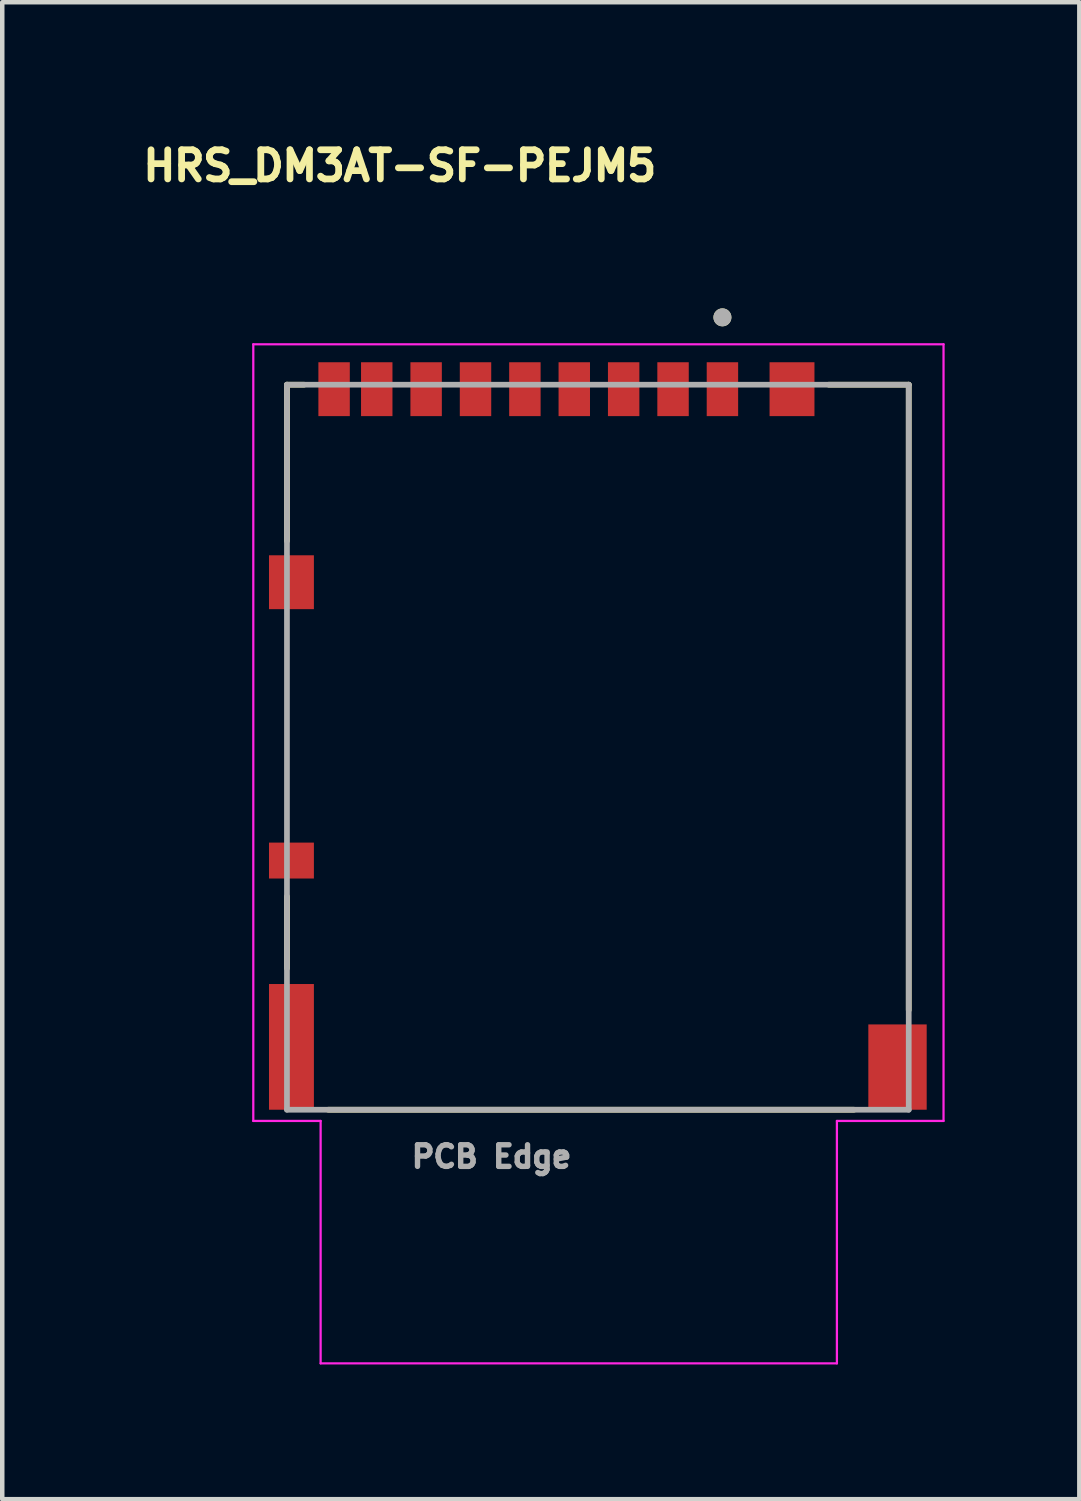
<source format=kicad_pcb>
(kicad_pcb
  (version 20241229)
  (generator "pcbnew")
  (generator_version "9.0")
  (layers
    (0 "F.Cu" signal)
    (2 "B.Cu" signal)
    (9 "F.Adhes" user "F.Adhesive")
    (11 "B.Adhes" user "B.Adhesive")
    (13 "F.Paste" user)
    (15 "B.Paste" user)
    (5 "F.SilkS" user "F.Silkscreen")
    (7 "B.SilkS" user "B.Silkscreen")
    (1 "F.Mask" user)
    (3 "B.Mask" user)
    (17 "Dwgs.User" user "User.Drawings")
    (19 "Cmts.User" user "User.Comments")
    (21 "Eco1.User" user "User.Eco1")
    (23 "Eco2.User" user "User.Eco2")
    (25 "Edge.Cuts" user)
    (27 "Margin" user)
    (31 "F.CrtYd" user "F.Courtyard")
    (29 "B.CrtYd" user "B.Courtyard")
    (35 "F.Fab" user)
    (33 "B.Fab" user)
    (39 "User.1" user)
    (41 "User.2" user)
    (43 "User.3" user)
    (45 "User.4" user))
  (footprint "HRS_DM3AT-SF-PEJM5"
    (layer "F.Cu")
    (at 10.267 13.594)
    (property "Reference" "HRS_DM3AT-SF-PEJM5" (at -4.412 -12.951 0) (layer "F.SilkS") (effects (font (size 0.65 0.65) (thickness 0.15))))
    (attr smd)
    (fp_line (start -6.925 -8.075) (end -6.545 -8.075) (stroke (width 0.127) (type solid)) (layer "F.SilkS"))
    (fp_line (start -6.925 -4.595) (end -6.925 -8.075) (stroke (width 0.127) (type solid)) (layer "F.SilkS"))
    (fp_line (start -6.925 4.925) (end -6.925 3.325) (stroke (width 0.127) (type solid)) (layer "F.SilkS"))
    (fp_line (start -6.005 8.075) (end 5.705 8.075) (stroke (width 0.127) (type solid)) (layer "F.SilkS"))
    (fp_line (start 5.145 -8.075) (end 6.925 -8.075) (stroke (width 0.127) (type solid)) (layer "F.SilkS"))
    (fp_line (start 6.925 -8.075) (end 6.925 5.855) (stroke (width 0.127) (type solid)) (layer "F.SilkS"))
    (fp_circle (center 2.775 -9.575) (end 2.875 -9.575) (stroke (width 0.2) (type solid)) (fill no) (layer "F.SilkS"))
    (fp_line (start -7.675 -8.975) (end 7.7 -8.975) (stroke (width 0.05) (type solid)) (layer "F.CrtYd"))
    (fp_line (start -7.675 8.325) (end -7.675 -8.975) (stroke (width 0.05) (type solid)) (layer "F.CrtYd"))
    (fp_line (start -6.175 8.325) (end -7.675 8.325) (stroke (width 0.05) (type solid)) (layer "F.CrtYd"))
    (fp_line (start -6.175 13.725) (end -6.175 8.325) (stroke (width 0.05) (type solid)) (layer "F.CrtYd"))
    (fp_line (start 5.325 8.325) (end 5.325 13.725) (stroke (width 0.05) (type solid)) (layer "F.CrtYd"))
    (fp_line (start 5.325 13.725) (end -6.175 13.725) (stroke (width 0.05) (type solid)) (layer "F.CrtYd"))
    (fp_line (start 7.7 -8.975) (end 7.7 8.325) (stroke (width 0.05) (type solid)) (layer "F.CrtYd"))
    (fp_line (start 7.7 8.325) (end 5.325 8.325) (stroke (width 0.05) (type solid)) (layer "F.CrtYd"))
    (fp_line (start -6.925 -8.075) (end 6.925 -8.075) (stroke (width 0.127) (type solid)) (layer "F.Fab"))
    (fp_line (start -6.925 8.075) (end -6.925 -8.075) (stroke (width 0.127) (type solid)) (layer "F.Fab"))
    (fp_line (start 6.925 -8.075) (end 6.925 8.075) (stroke (width 0.127) (type solid)) (layer "F.Fab"))
    (fp_line (start 6.925 8.075) (end -6.925 8.075) (stroke (width 0.127) (type solid)) (layer "F.Fab"))
    (fp_circle (center 2.775 -9.575) (end 2.875 -9.575) (stroke (width 0.2) (type solid)) (fill no) (layer "F.Fab"))
    (fp_text user "PCB Edge" (at -2.368 9.12 0) (layer "F.Fab") (effects (font (size 0.481 0.481) (thickness 0.15))))
    (pad "1" smd rect (at 2.775 -7.975) (size 0.7 1.2) (layers "F.Cu" "F.Mask" "F.Paste"))
    (pad "2" smd rect (at 1.675 -7.975) (size 0.7 1.2) (layers "F.Cu" "F.Mask" "F.Paste"))
    (pad "3" smd rect (at 0.575 -7.975) (size 0.7 1.2) (layers "F.Cu" "F.Mask" "F.Paste"))
    (pad "4" smd rect (at -0.525 -7.975) (size 0.7 1.2) (layers "F.Cu" "F.Mask" "F.Paste"))
    (pad "5" smd rect (at -1.625 -7.975) (size 0.7 1.2) (layers "F.Cu" "F.Mask" "F.Paste"))
    (pad "6" smd rect (at -2.725 -7.975) (size 0.7 1.2) (layers "F.Cu" "F.Mask" "F.Paste"))
    (pad "7" smd rect (at -3.825 -7.975) (size 0.7 1.2) (layers "F.Cu" "F.Mask" "F.Paste"))
    (pad "8" smd rect (at -4.925 -7.975) (size 0.7 1.2) (layers "F.Cu" "F.Mask" "F.Paste"))
    (pad "P1" smd rect (at -6.825 -3.675) (size 1 1.2) (layers "F.Cu" "F.Mask" "F.Paste"))
    (pad "P2" smd rect (at -6.825 6.675) (size 1 2.8) (layers "F.Cu" "F.Mask" "F.Paste"))
    (pad "P3" smd rect (at 6.675 7.125) (size 1.3 1.9) (layers "F.Cu" "F.Mask" "F.Paste"))
    (pad "P4" smd rect (at 4.325 -7.975) (size 1 1.2) (layers "F.Cu" "F.Mask" "F.Paste"))
    (pad "SWA" smd rect (at -6.825 2.525) (size 1 0.8) (layers "F.Cu" "F.Mask" "F.Paste"))
    (pad "SWB" smd rect (at -5.875 -7.975) (size 0.7 1.2) (layers "F.Cu" "F.Mask" "F.Paste"))
    (zone (net_name "") (layer "F.Cu") (hatch full 0.508) (connect_pads) (min_thickness 0.01) (filled_areas_thickness no) (keepout (tracks not_allowed) (vias not_allowed) (pads not_allowed) (copperpour not_allowed) (footprints allowed)) (placement (enabled no)) (fill) (polygon (pts (xy 3.042 6.069) (xy 3.792 6.069) (xy 3.792 9.319) (xy 3.042 9.319))))
    (zone (net_name "") (layer "F.Cu") (hatch full 0.508) (connect_pads) (min_thickness 0.01) (filled_areas_thickness no) (keepout (tracks not_allowed) (vias not_allowed) (pads not_allowed) (copperpour not_allowed) (footprints allowed)) (placement (enabled no)) (fill) (polygon (pts (xy 3.042 10.519) (xy 3.792 10.519) (xy 3.792 14.119) (xy 3.042 14.119))))
    (zone (net_name "") (layer "F.Cu") (hatch full 0.508) (connect_pads) (min_thickness 0.01) (filled_areas_thickness no) (keepout (tracks not_allowed) (vias not_allowed) (pads not_allowed) (copperpour not_allowed) (footprints allowed)) (placement (enabled no)) (fill) (polygon (pts (xy 4.142 11.919) (xy 4.842 11.919) (xy 4.842 19.519) (xy 4.142 19.519))))
    (zone (net_name "") (layer "F.Cu") (hatch full 0.508) (connect_pads) (min_thickness 0.01) (filled_areas_thickness no) (keepout (tracks not_allowed) (vias not_allowed) (pads not_allowed) (copperpour not_allowed) (footprints allowed)) (placement (enabled no)) (fill) (polygon (pts (xy 4.842 10.619) (xy 13.542 10.619) (xy 13.542 12.219) (xy 4.842 12.219))))
    (zone (net_name "") (layer "F.Cu") (hatch full 0.508) (connect_pads) (min_thickness 0.01) (filled_areas_thickness no) (keepout (tracks not_allowed) (vias not_allowed) (pads not_allowed) (copperpour not_allowed) (footprints allowed)) (placement (enabled no)) (fill) (polygon (pts (xy 13.192 20.319) (xy 15.742 20.319) (xy 15.742 21.669) (xy 13.192 21.669)))))
  (gr_rect
    (start -3 -3)
    (end 20.992 30.344)
    (stroke (width 0.1) (type default))
    (fill no)
    (layer "Edge.Cuts")))
</source>
